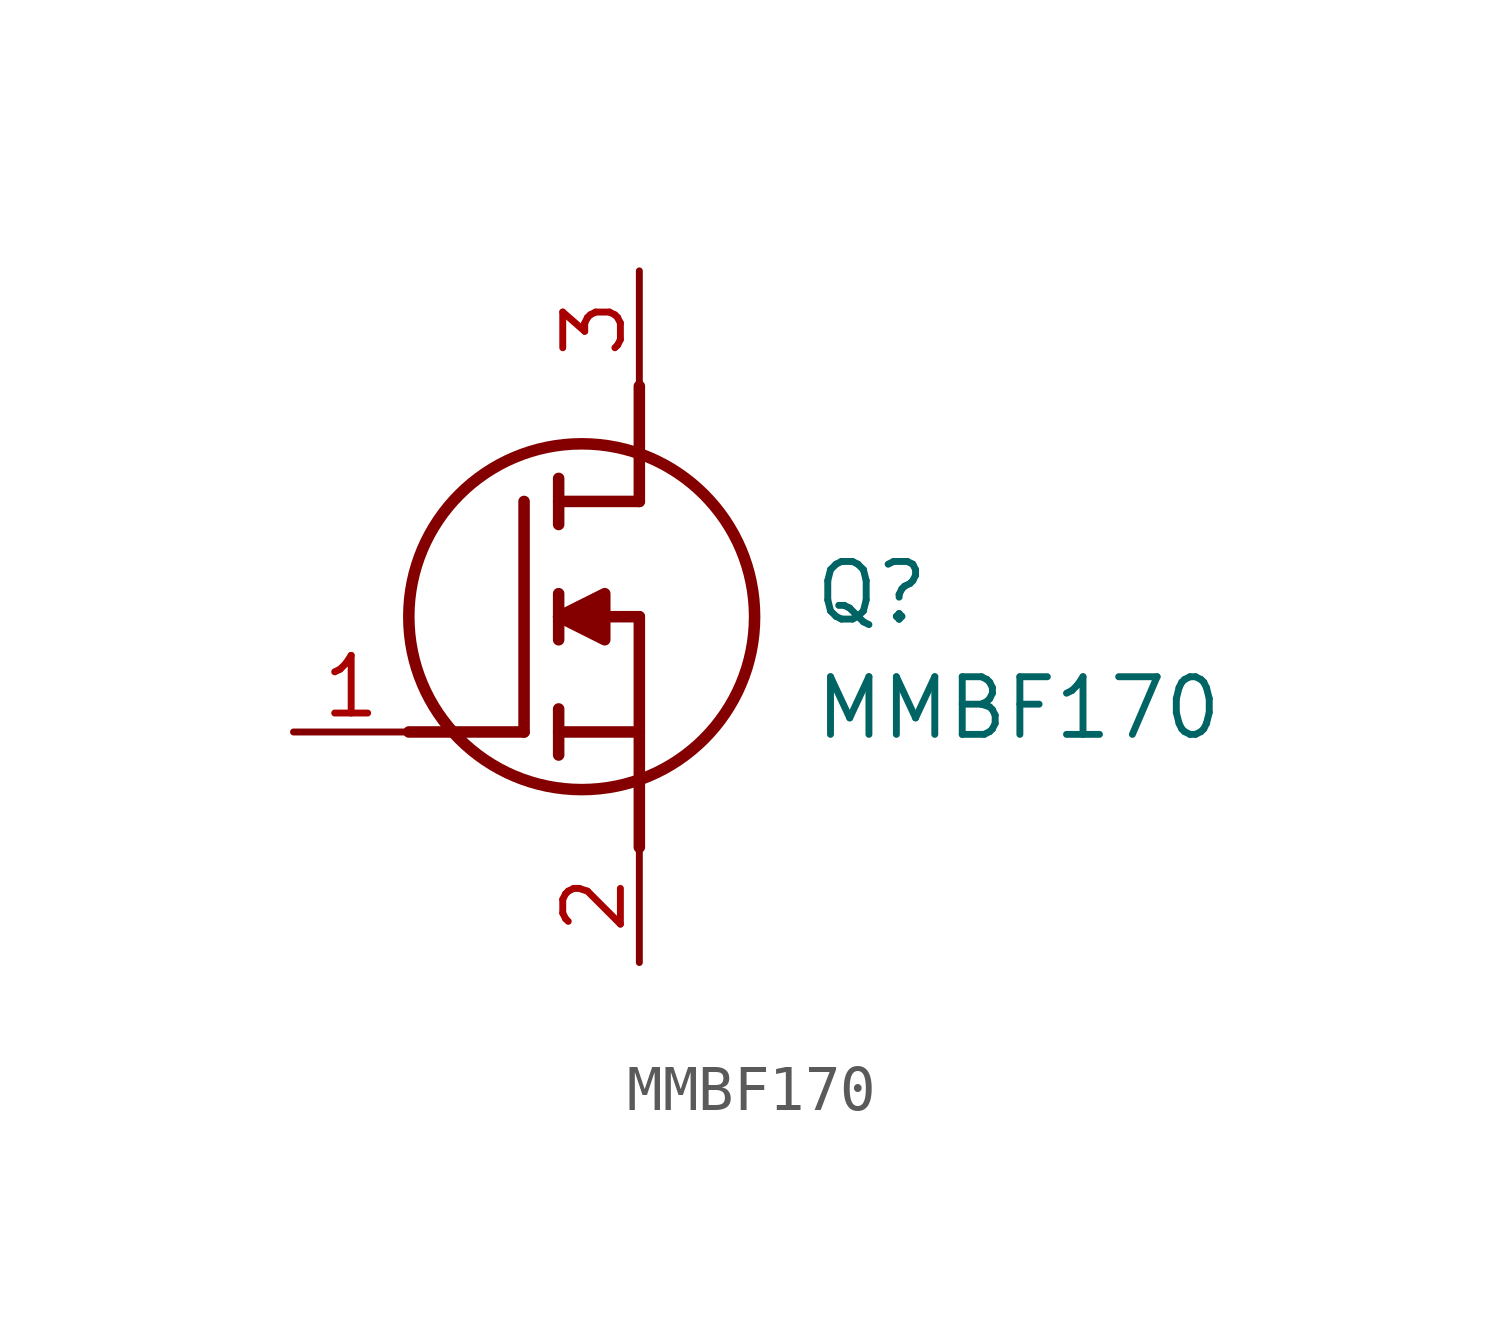
<source format=kicad_sym>
(kicad_symbol_lib
  (version 20211014)
  (generator SamacSys_ECAD_Model)
  (symbol "MMBF170"
    (pin_names hide)
    (property "Reference" "Q"
      (at 11.43 3.81 0)
      (effects (font (size 1.27 1.27)) (justify left top)))
    (property "Value" "MMBF170"
      (at 11.43 1.27 0)
      (effects (font (size 1.27 1.27)) (justify left top)))
    (polyline
      (pts (xy 7.62 2.54) (xy 7.62 -2.54))
      (stroke (width 0.254) (type default))
      (fill (type none)))
    (polyline
      (pts (xy 7.62 5.08) (xy 7.62 7.62))
      (stroke (width 0.254) (type default))
      (fill (type none)))
    (polyline
      (pts (xy 2.54 0) (xy 5.08 0))
      (stroke (width 0.254) (type default))
      (fill (type none)))
    (polyline
      (pts (xy 5.08 5.08) (xy 5.08 0))
      (stroke (width 0.254) (type default))
      (fill (type none)))
    (polyline
      (pts (xy 7.62 2.54) (xy 5.842 2.54))
      (stroke (width 0.254) (type default))
      (fill (type none)))
    (polyline
      (pts (xy 7.62 5.08) (xy 5.842 5.08))
      (stroke (width 0.254) (type default))
      (fill (type none)))
    (polyline
      (pts (xy 5.842 0) (xy 7.62 0))
      (stroke (width 0.254) (type default))
      (fill (type none)))
    (polyline
      (pts (xy 5.842 5.588) (xy 5.842 4.572))
      (stroke (width 0.254) (type default))
      (fill (type none)))
    (polyline
      (pts (xy 5.842 -0.508) (xy 5.842 0.508))
      (stroke (width 0.254) (type default))
      (fill (type none)))
    (polyline
      (pts (xy 5.842 2.032) (xy 5.842 3.048))
      (stroke (width 0.254) (type default))
      (fill (type none)))
    (circle
      (center 6.35 2.54)
      (radius 3.81)
      (stroke (width 0.254) (type default))
      (fill (type none)))
    (polyline
      (pts (xy 5.842 2.54) (xy 6.858 3.048) (xy 6.858 2.032) (xy 5.842 2.54))
      (stroke (width 0.254) (type default))
      (fill (type outline)))
    (pin passive line
      (at 0 0 0)
      (length 2.54)
      (name "G" (effects (font (size 1.27 1.27))))
      (number "1" (effects (font (size 1.27 1.27)))))
    (pin passive line
      (at 7.62 10.16 270)
      (length 2.54)
      (name "D" (effects (font (size 1.27 1.27))))
      (number "3" (effects (font (size 1.27 1.27)))))
    (pin passive line
      (at 7.62 -5.08 90)
      (length 2.54)
      (name "S" (effects (font (size 1.27 1.27))))
      (number "2" (effects (font (size 1.27 1.27)))))))
</source>
